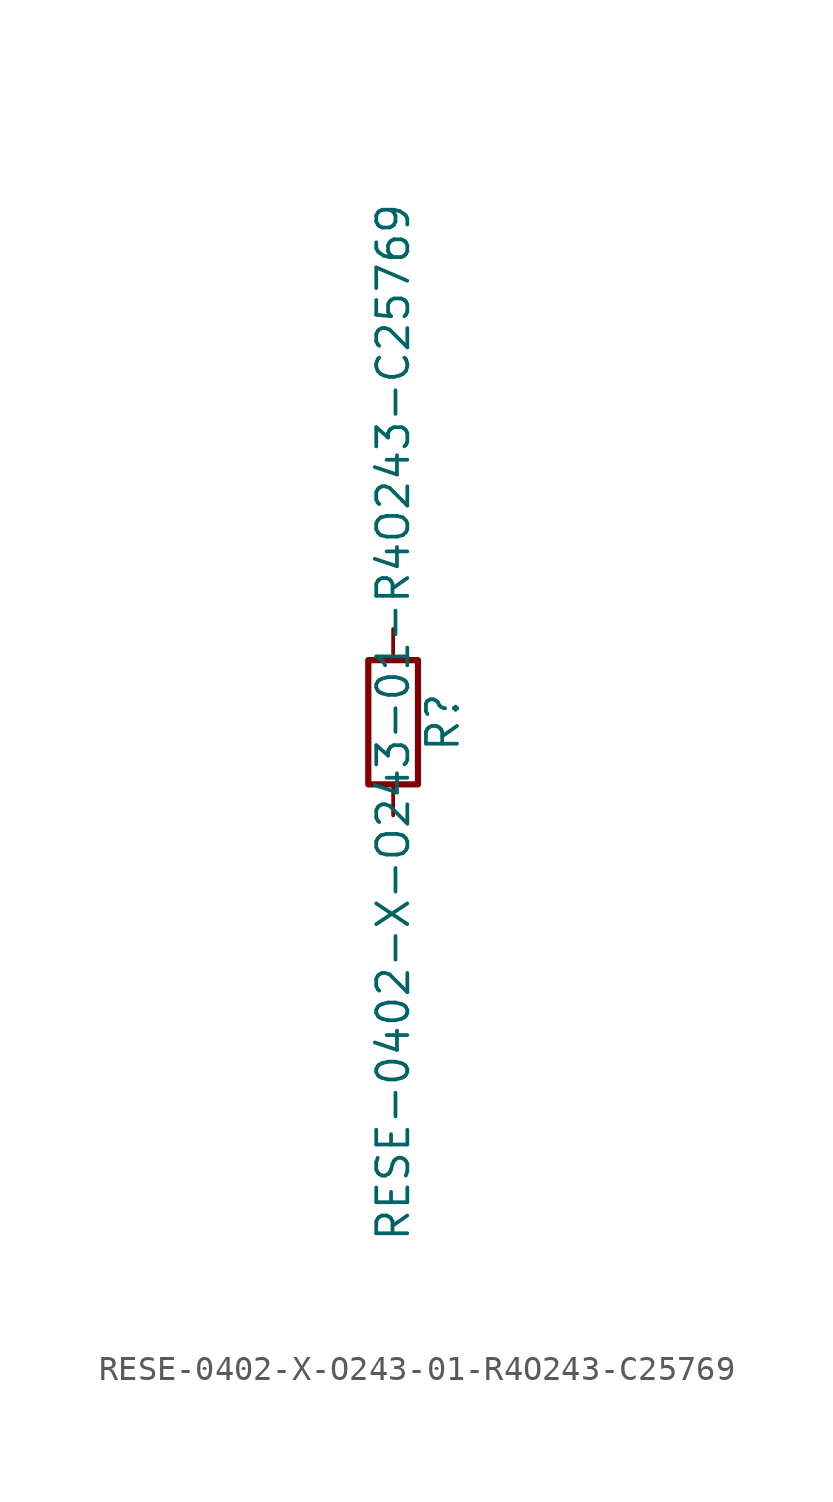
<source format=kicad_sym>
(kicad_symbol_lib
  (version 20211014)
  (generator kicad_symbol_editor)
  (symbol "RESE-0402-X-O243-01-R4O243-C25769"
    (pin_numbers hide)
    (pin_names
      (offset 0))
    (property "Reference" "R"
      (at 2.032 0 90)
      (effects (font (size 1.27 1.27))))
    (property "Value" "RESE-0402-X-O243-01-R4O243-C25769"
      (at 0 0 90)
      (effects (font (size 1.27 1.27))))
    (symbol "RESE-0402-X-O243-01-R4O243-C25769_0_1"
      (rectangle (start -1.016 -2.54) (end 1.016 2.54) (stroke (width 0.254) (type default) (color 0 0 0 0)) (fill (type none))))
    (symbol "RESE-0402-X-O243-01-R4O243-C25769_1_1"
      (pin passive line (at 0 3.81 270) (length 1.27) (name "~" (effects (font (size 1.27 1.27)))) (number "1" (effects (font (size 1.27 1.27)))))
      (pin passive line (at 0 -3.81 90) (length 1.27) (name "~" (effects (font (size 1.27 1.27)))) (number "2" (effects (font (size 1.27 1.27))))))))
</source>
